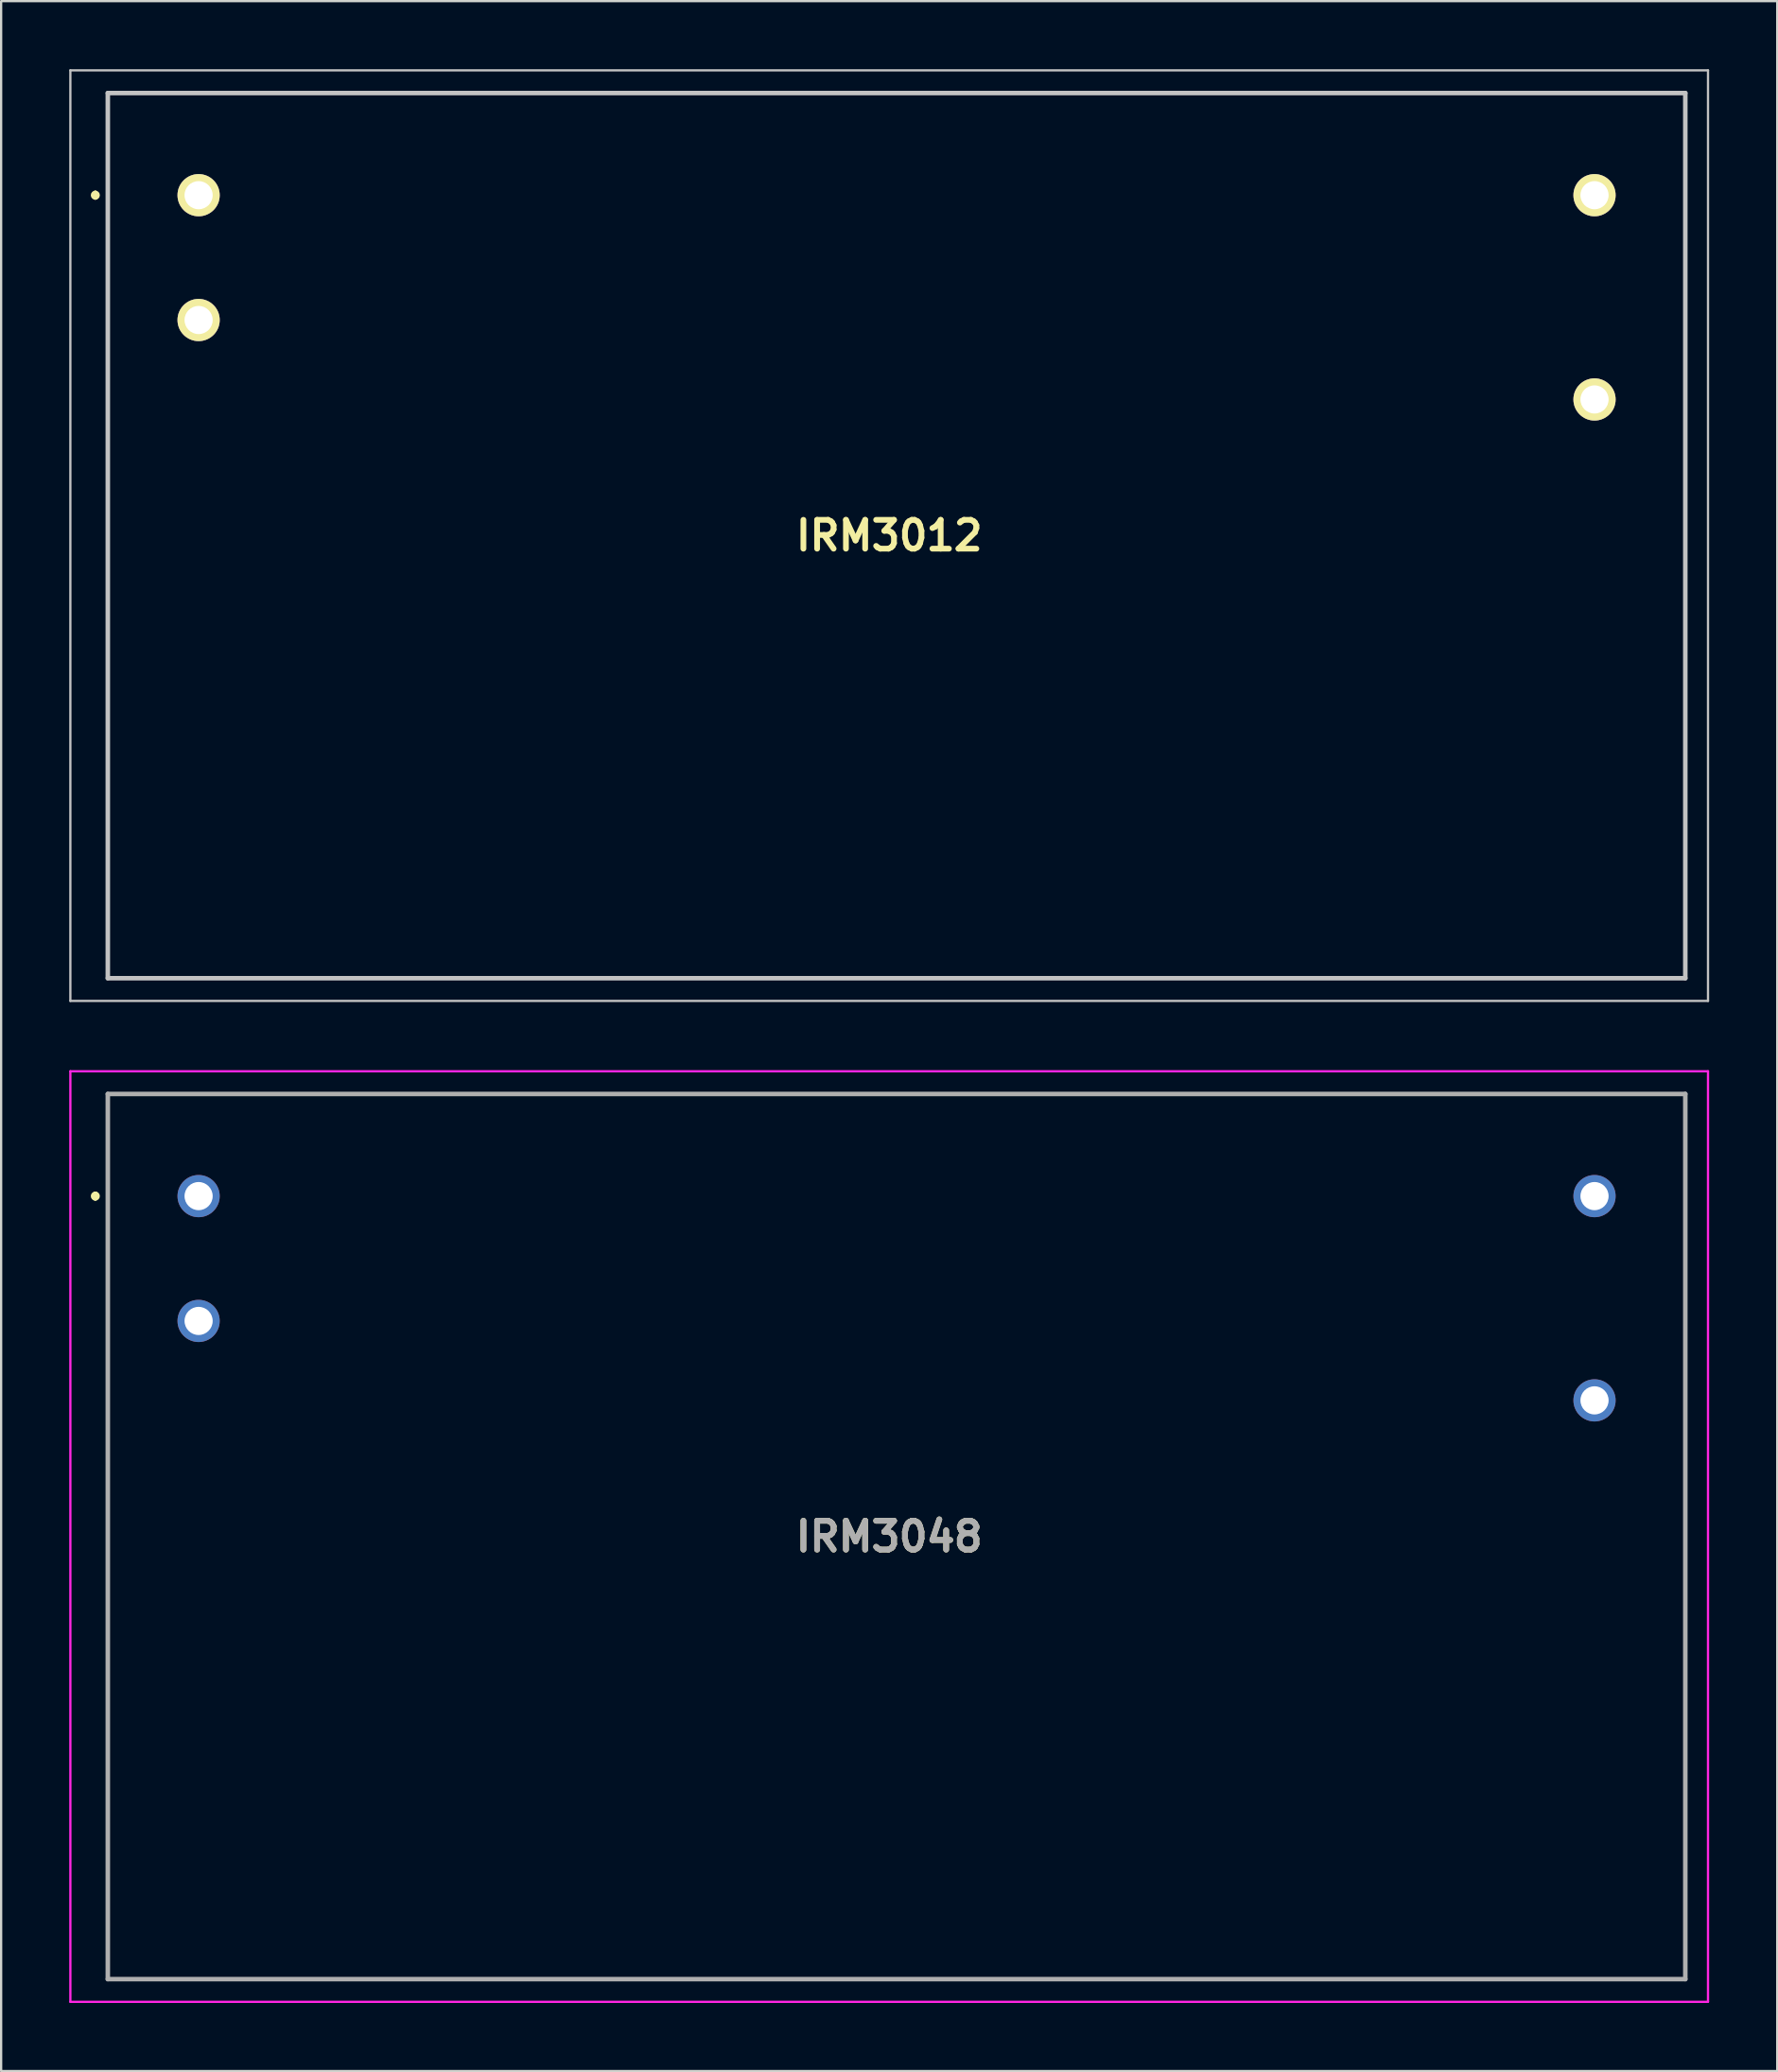
<source format=kicad_pcb>
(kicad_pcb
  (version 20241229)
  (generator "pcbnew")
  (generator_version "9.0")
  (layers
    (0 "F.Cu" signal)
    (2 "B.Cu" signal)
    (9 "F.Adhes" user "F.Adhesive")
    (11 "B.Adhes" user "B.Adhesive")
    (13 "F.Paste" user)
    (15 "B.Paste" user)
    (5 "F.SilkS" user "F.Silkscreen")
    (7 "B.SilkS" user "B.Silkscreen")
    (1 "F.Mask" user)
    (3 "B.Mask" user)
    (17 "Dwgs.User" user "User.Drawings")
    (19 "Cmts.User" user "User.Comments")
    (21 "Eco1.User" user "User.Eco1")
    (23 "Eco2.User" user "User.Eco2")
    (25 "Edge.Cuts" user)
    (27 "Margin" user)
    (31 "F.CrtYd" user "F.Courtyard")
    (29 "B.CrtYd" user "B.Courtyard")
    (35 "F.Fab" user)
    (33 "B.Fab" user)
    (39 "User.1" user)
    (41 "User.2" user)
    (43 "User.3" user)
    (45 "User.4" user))
  (footprint "IRM3048"
    (layer "F.Cu")
    (at 36.125 64.65)
    (property "Reference" "IRM3048" (at 0 0 0) (layer "F.SilkS") (effects (font (size 1.27 1.27) (thickness 0.254))))
    (attr through_hole)
    (fp_line (start -34.975 -15.1) (end -34.975 -15.1) (stroke (width 0.2) (type solid)) (layer "F.SilkS"))
    (fp_line (start -34.975 -14.9) (end -34.975 -14.9) (stroke (width 0.2) (type solid)) (layer "F.SilkS"))
    (fp_line (start -34.425 -19.5) (end 35.075 -19.5) (stroke (width 0.1) (type solid)) (layer "F.SilkS"))
    (fp_line (start -34.425 19.5) (end -34.425 -19.5) (stroke (width 0.1) (type solid)) (layer "F.SilkS"))
    (fp_line (start 35.075 -19.5) (end 35.075 19.5) (stroke (width 0.1) (type solid)) (layer "F.SilkS"))
    (fp_line (start 35.075 19.5) (end -34.425 19.5) (stroke (width 0.1) (type solid)) (layer "F.SilkS"))
    (fp_arc (start -34.975 -15.1) (mid -34.875 -15) (end -34.975 -14.9) (stroke (width 0.2) (type solid)) (layer "F.SilkS"))
    (fp_arc (start -34.975 -14.9) (mid -35.075 -15) (end -34.975 -15.1) (stroke (width 0.2) (type solid)) (layer "F.SilkS"))
    (fp_line (start -36.075 -20.5) (end 36.075 -20.5) (stroke (width 0.1) (type solid)) (layer "F.CrtYd"))
    (fp_line (start -36.075 20.5) (end -36.075 -20.5) (stroke (width 0.1) (type solid)) (layer "F.CrtYd"))
    (fp_line (start 36.075 -20.5) (end 36.075 20.5) (stroke (width 0.1) (type solid)) (layer "F.CrtYd"))
    (fp_line (start 36.075 20.5) (end -36.075 20.5) (stroke (width 0.1) (type solid)) (layer "F.CrtYd"))
    (fp_line (start -34.425 -19.5) (end 35.075 -19.5) (stroke (width 0.2) (type solid)) (layer "F.Fab"))
    (fp_line (start -34.425 19.5) (end -34.425 -19.5) (stroke (width 0.2) (type solid)) (layer "F.Fab"))
    (fp_line (start 35.075 -19.5) (end 35.075 19.5) (stroke (width 0.2) (type solid)) (layer "F.Fab"))
    (fp_line (start 35.075 19.5) (end -34.425 19.5) (stroke (width 0.2) (type solid)) (layer "F.Fab"))
    (fp_text user "${REFERENCE}" (at 0 0 0) (layer "F.Fab") (effects (font (size 1.27 1.27) (thickness 0.254))))
    (pad "1" thru_hole circle (at -30.425 -15) (size 1.86 1.86) (drill 1.24) (layers "*.Cu" "*.Mask"))
    (pad "2" thru_hole circle (at -30.425 -9.5) (size 1.86 1.86) (drill 1.24) (layers "*.Cu" "*.Mask"))
    (pad "3" thru_hole circle (at 31.075 -6) (size 1.86 1.86) (drill 1.24) (layers "*.Cu" "*.Mask"))
    (pad "4" thru_hole circle (at 31.075 -15) (size 1.86 1.86) (drill 1.24) (layers "*.Cu" "*.Mask")))
  (footprint "IRM3012"
    (layer "F.Cu")
    (at 36.125 20.55)
    (property "Reference" "IRM3012" (at 0 0 0) (layer "F.SilkS") (effects (font (size 1.27 1.27) (thickness 0.254))))
    (attr through_hole)
    (fp_line (start -34.975 -15.1) (end -34.975 -15.1) (stroke (width 0.2) (type solid)) (layer "F.SilkS"))
    (fp_line (start -34.975 -14.9) (end -34.975 -14.9) (stroke (width 0.2) (type solid)) (layer "F.SilkS"))
    (fp_line (start -34.425 -19.5) (end 35.075 -19.5) (stroke (width 0.1) (type solid)) (layer "F.SilkS"))
    (fp_line (start -34.425 19.5) (end -34.425 -19.5) (stroke (width 0.1) (type solid)) (layer "F.SilkS"))
    (fp_line (start 35.075 -19.5) (end 35.075 19.5) (stroke (width 0.1) (type solid)) (layer "F.SilkS"))
    (fp_line (start 35.075 19.5) (end -34.425 19.5) (stroke (width 0.1) (type solid)) (layer "F.SilkS"))
    (fp_arc (start -34.975 -15.1) (mid -34.875 -15) (end -34.975 -14.9) (stroke (width 0.2) (type solid)) (layer "F.SilkS"))
    (fp_arc (start -34.975 -14.9) (mid -35.075 -15) (end -34.975 -15.1) (stroke (width 0.2) (type solid)) (layer "F.SilkS"))
    (fp_line (start -36.075 -20.5) (end 36.075 -20.5) (stroke (width 0.1) (type solid)) (layer "Dwgs.User"))
    (fp_line (start -36.075 20.5) (end -36.075 -20.5) (stroke (width 0.1) (type solid)) (layer "Dwgs.User"))
    (fp_line (start -34.425 -19.5) (end 35.075 -19.5) (stroke (width 0.2) (type solid)) (layer "Dwgs.User"))
    (fp_line (start -34.425 19.5) (end -34.425 -19.5) (stroke (width 0.2) (type solid)) (layer "Dwgs.User"))
    (fp_line (start 35.075 -19.5) (end 35.075 19.5) (stroke (width 0.2) (type solid)) (layer "Dwgs.User"))
    (fp_line (start 35.075 19.5) (end -34.425 19.5) (stroke (width 0.2) (type solid)) (layer "Dwgs.User"))
    (fp_line (start 36.075 -20.5) (end 36.075 20.5) (stroke (width 0.1) (type solid)) (layer "Dwgs.User"))
    (fp_line (start 36.075 20.5) (end -36.075 20.5) (stroke (width 0.1) (type solid)) (layer "Dwgs.User"))
    (pad "1" thru_hole circle (at -30.425 -15 90) (size 1.86 1.86) (drill 1.24) (layers "*.Cu" "*.Mask" "F.SilkS"))
    (pad "2" thru_hole circle (at -30.425 -9.5 90) (size 1.86 1.86) (drill 1.24) (layers "*.Cu" "*.Mask" "F.SilkS"))
    (pad "3" thru_hole circle (at 31.075 -6 90) (size 1.86 1.86) (drill 1.24) (layers "*.Cu" "*.Mask" "F.SilkS"))
    (pad "4" thru_hole circle (at 31.075 -15 90) (size 1.86 1.86) (drill 1.24) (layers "*.Cu" "*.Mask" "F.SilkS")))
  (gr_rect
    (start -3 -3)
    (end 75.25 88.2)
    (stroke (width 0.1) (type default))
    (fill no)
    (layer "Edge.Cuts")))
</source>
